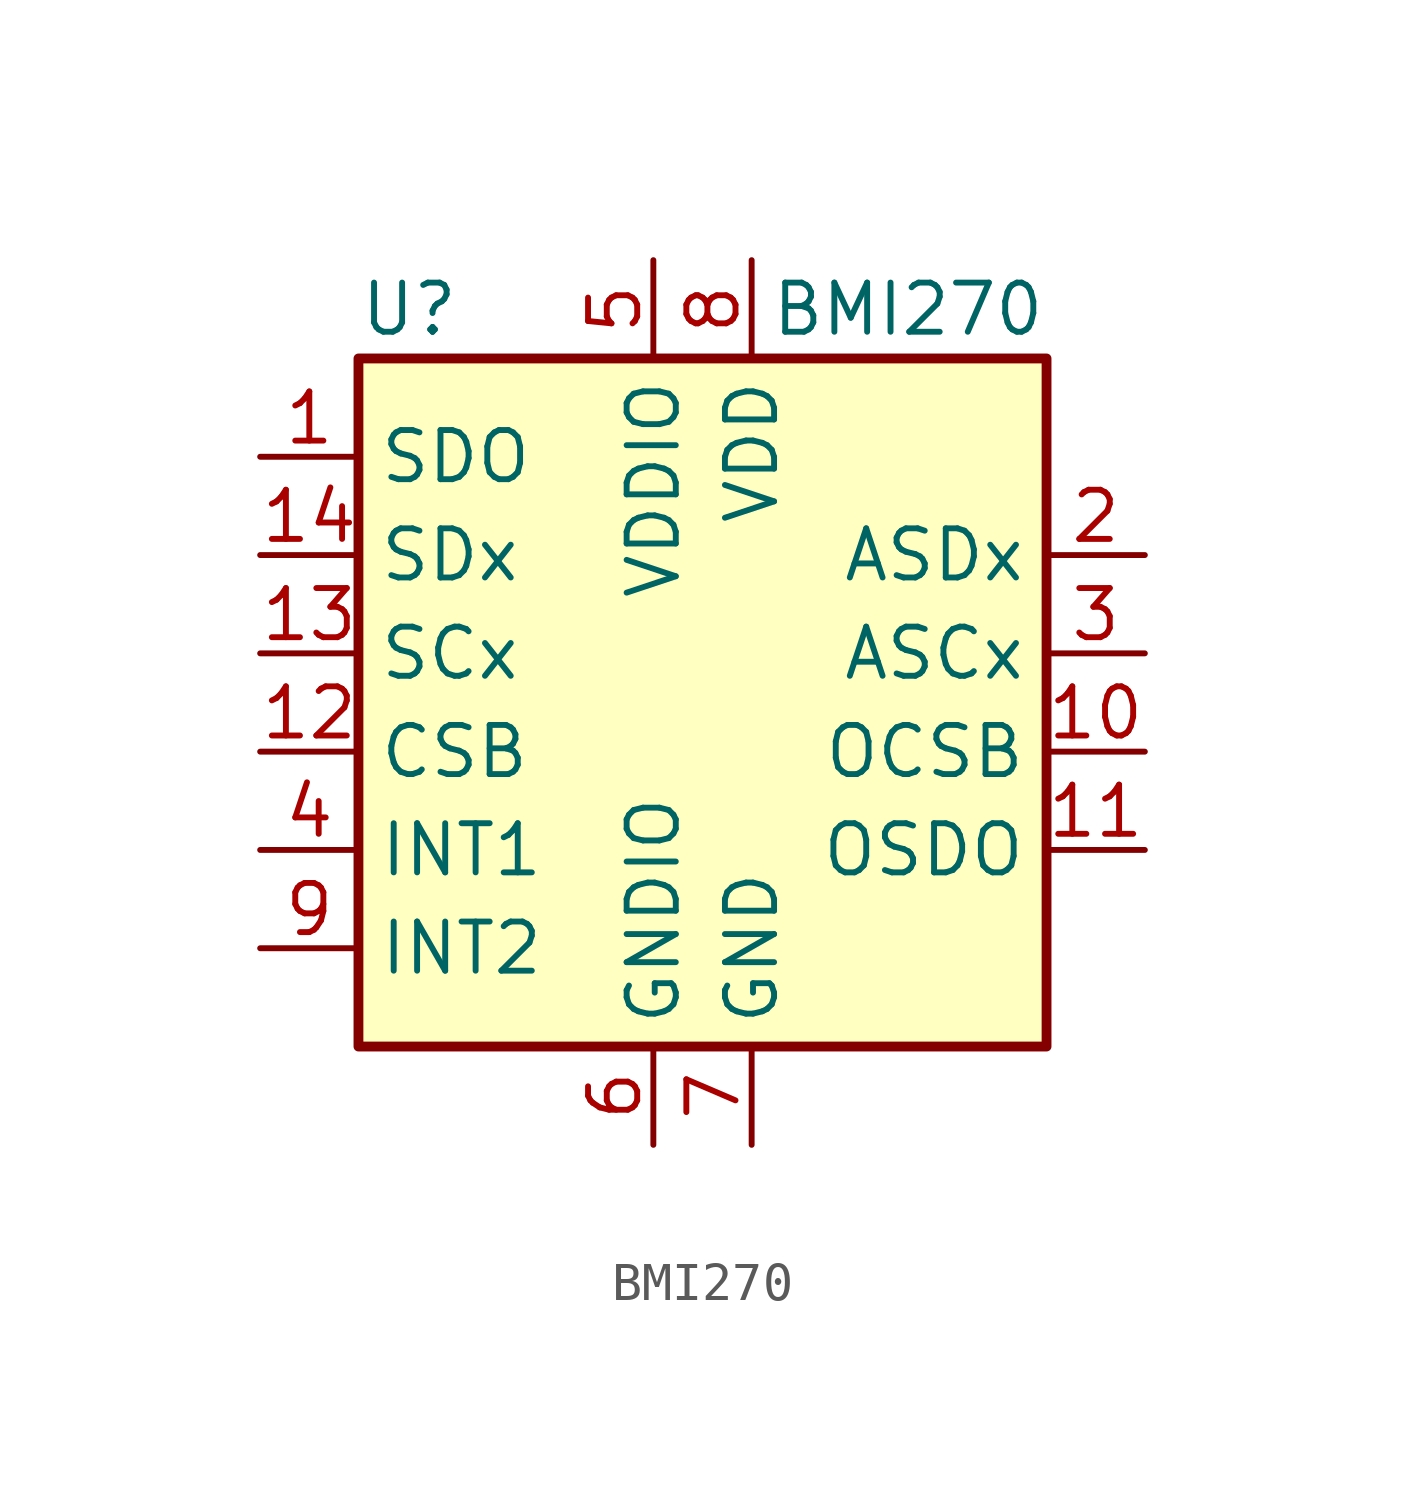
<source format=kicad_sym>
(kicad_symbol_lib
  (version 20220914)
  (generator kicad_symbol_editor)
  (symbol "BMI270"
    (property "Reference" "U"
      (at -10.16 8.89 0)
      (effects (font (size 1.27 1.27)) (justify left)))
    (property "Value" "BMI270"
      (at 7.62 8.89 0)
      (effects (font (size 1.27 1.27)) (justify right)))
    (symbol "BMI270_1_1"
      (rectangle (start -10.16 7.62) (end 7.62 -10.16) (stroke (width 0.254) (type default)) (fill (type background)))
      (pin bidirectional line (at -12.7 5.08 0) (length 2.54) (name "SDO" (effects (font (size 1.27 1.27)))) (number "1" (effects (font (size 1.27 1.27)))))
      (pin bidirectional line (at 10.16 -2.54 180) (length 2.54) (name "OCSB" (effects (font (size 1.27 1.27)))) (number "10" (effects (font (size 1.27 1.27)))))
      (pin bidirectional line (at 10.16 -5.08 180) (length 2.54) (name "OSDO" (effects (font (size 1.27 1.27)))) (number "11" (effects (font (size 1.27 1.27)))))
      (pin input line (at -12.7 -2.54 0) (length 2.54) (name "CSB" (effects (font (size 1.27 1.27)))) (number "12" (effects (font (size 1.27 1.27)))))
      (pin input line (at -12.7 0 0) (length 2.54) (name "SCx" (effects (font (size 1.27 1.27)))) (number "13" (effects (font (size 1.27 1.27)))))
      (pin bidirectional line (at -12.7 2.54 0) (length 2.54) (name "SDx" (effects (font (size 1.27 1.27)))) (number "14" (effects (font (size 1.27 1.27)))))
      (pin bidirectional line (at 10.16 2.54 180) (length 2.54) (name "ASDx" (effects (font (size 1.27 1.27)))) (number "2" (effects (font (size 1.27 1.27)))))
      (pin output line (at 10.16 0 180) (length 2.54) (name "ASCx" (effects (font (size 1.27 1.27)))) (number "3" (effects (font (size 1.27 1.27)))))
      (pin bidirectional line (at -12.7 -5.08 0) (length 2.54) (name "INT1" (effects (font (size 1.27 1.27)))) (number "4" (effects (font (size 1.27 1.27)))))
      (pin power_in line (at -2.54 10.16 270) (length 2.54) (name "VDDIO" (effects (font (size 1.27 1.27)))) (number "5" (effects (font (size 1.27 1.27)))))
      (pin power_in line (at -2.54 -12.7 90) (length 2.54) (name "GNDIO" (effects (font (size 1.27 1.27)))) (number "6" (effects (font (size 1.27 1.27)))))
      (pin power_in line (at 0 -12.7 90) (length 2.54) (name "GND" (effects (font (size 1.27 1.27)))) (number "7" (effects (font (size 1.27 1.27)))))
      (pin power_in line (at 0 10.16 270) (length 2.54) (name "VDD" (effects (font (size 1.27 1.27)))) (number "8" (effects (font (size 1.27 1.27)))))
      (pin bidirectional line (at -12.7 -7.62 0) (length 2.54) (name "INT2" (effects (font (size 1.27 1.27)))) (number "9" (effects (font (size 1.27 1.27))))))))
</source>
